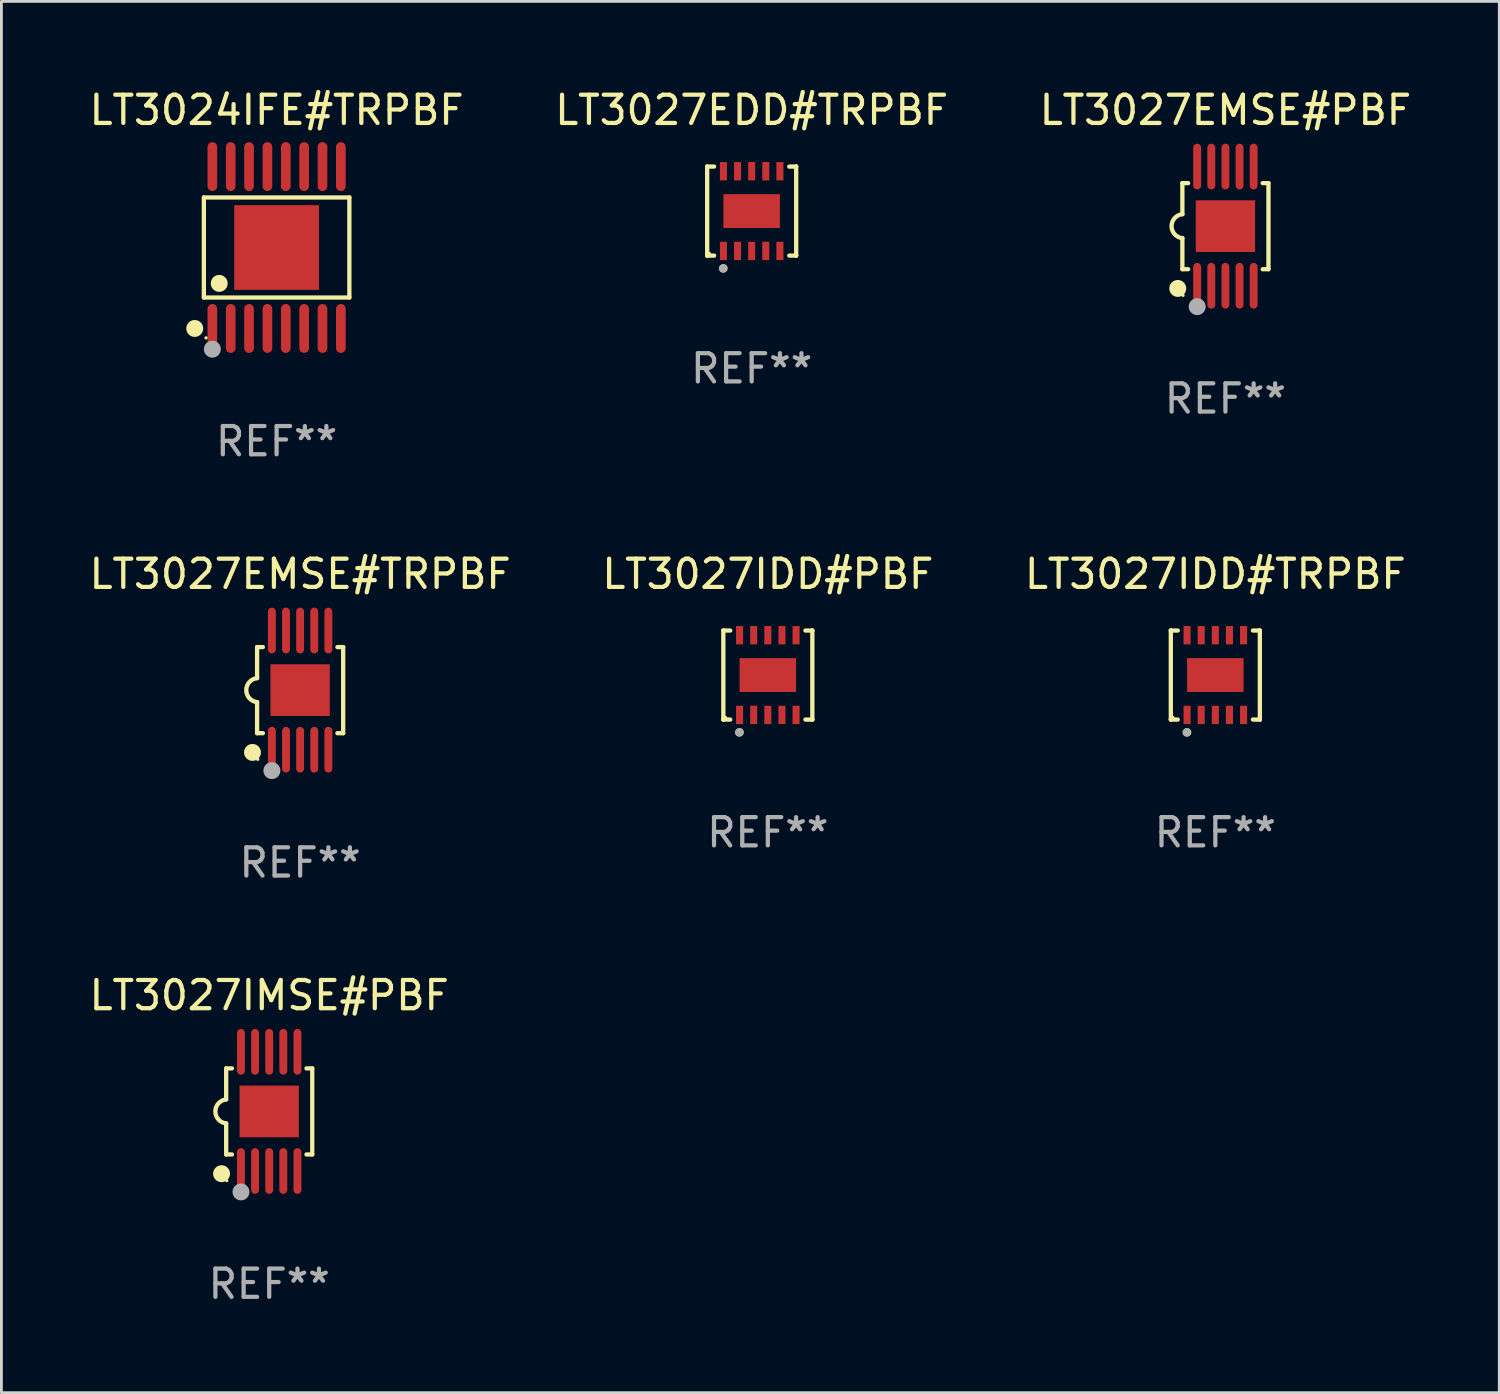
<source format=kicad_pcb>
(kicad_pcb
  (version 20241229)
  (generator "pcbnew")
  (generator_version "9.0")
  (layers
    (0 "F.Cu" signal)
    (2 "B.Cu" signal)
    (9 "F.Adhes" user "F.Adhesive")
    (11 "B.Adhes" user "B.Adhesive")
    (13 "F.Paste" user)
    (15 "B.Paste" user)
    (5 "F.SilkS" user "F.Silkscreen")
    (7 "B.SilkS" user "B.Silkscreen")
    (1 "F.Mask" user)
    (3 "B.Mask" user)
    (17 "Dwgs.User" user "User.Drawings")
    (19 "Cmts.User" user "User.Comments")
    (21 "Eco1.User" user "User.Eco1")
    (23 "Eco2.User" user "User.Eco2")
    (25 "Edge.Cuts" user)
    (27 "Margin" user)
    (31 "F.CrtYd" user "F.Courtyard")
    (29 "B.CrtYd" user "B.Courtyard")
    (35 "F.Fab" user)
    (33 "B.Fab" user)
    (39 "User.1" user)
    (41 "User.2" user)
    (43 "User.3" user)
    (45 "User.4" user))
  (footprint "LT3027IDD#TRPBF"
    (layer "F.Cu")
    (at 39.982 20.852)
    (property "Reference" "LT3027IDD#TRPBF" (at 0 -3.576 0) (layer "F.SilkS") (effects (font (size 1 1) (thickness 0.15))))
    (attr through_hole)
    (fp_line (start -1.576 -1.576) (end -1.576 -1.576) (stroke (width 0.152) (type solid)) (layer "F.SilkS"))
    (fp_line (start -1.576 -1.576) (end -1.331 -1.576) (stroke (width 0.152) (type solid)) (layer "F.SilkS"))
    (fp_line (start -1.576 1.576) (end -1.576 -1.576) (stroke (width 0.152) (type solid)) (layer "F.SilkS"))
    (fp_line (start -1.576 1.576) (end -1.576 1.576) (stroke (width 0.152) (type solid)) (layer "F.SilkS"))
    (fp_line (start -1.331 1.576) (end -1.576 1.576) (stroke (width 0.152) (type solid)) (layer "F.SilkS"))
    (fp_line (start 1.331 1.576) (end 1.576 1.576) (stroke (width 0.152) (type solid)) (layer "F.SilkS"))
    (fp_line (start 1.576 -1.576) (end 1.331 -1.576) (stroke (width 0.152) (type solid)) (layer "F.SilkS"))
    (fp_line (start 1.576 -1.576) (end 1.576 -1.576) (stroke (width 0.152) (type solid)) (layer "F.SilkS"))
    (fp_line (start 1.576 1.576) (end 1.576 -1.576) (stroke (width 0.152) (type solid)) (layer "F.SilkS"))
    (fp_line (start 1.576 1.576) (end 1.576 1.576) (stroke (width 0.152) (type solid)) (layer "F.SilkS"))
    (fp_circle (center -1.5 1.5) (end -1.47 1.5) (stroke (width 0.06) (type solid)) (fill no) (layer "F.SilkS"))
    (fp_circle (center -1 2.028) (end -0.925 2.028) (stroke (width 0.15) (type solid)) (fill no) (layer "F.SilkS"))
    (fp_circle (center -1.016 2.032) (end -0.941 2.032) (stroke (width 0.15) (type solid)) (fill no) (layer "F.Fab"))
    (fp_text user "REF**" (at 0 5.576 0) (layer "F.Fab") (effects (font (size 1 1) (thickness 0.15))))
    (pad "1" smd rect (at -1 1.411) (size 0.25 0.65) (layers "F.Cu" "F.Mask" "F.Paste"))
    (pad "2" smd rect (at -0.5 1.411) (size 0.25 0.65) (layers "F.Cu" "F.Mask" "F.Paste"))
    (pad "3" smd rect (at 0 1.411) (size 0.25 0.65) (layers "F.Cu" "F.Mask" "F.Paste"))
    (pad "4" smd rect (at 0.5 1.411) (size 0.25 0.65) (layers "F.Cu" "F.Mask" "F.Paste"))
    (pad "5" smd rect (at 1 1.411) (size 0.25 0.65) (layers "F.Cu" "F.Mask" "F.Paste"))
    (pad "6" smd rect (at 1 -1.411) (size 0.25 0.65) (layers "F.Cu" "F.Mask" "F.Paste"))
    (pad "7" smd rect (at 0.5 -1.411) (size 0.25 0.65) (layers "F.Cu" "F.Mask" "F.Paste"))
    (pad "8" smd rect (at 0 -1.411) (size 0.25 0.65) (layers "F.Cu" "F.Mask" "F.Paste"))
    (pad "9" smd rect (at -0.5 -1.411) (size 0.25 0.65) (layers "F.Cu" "F.Mask" "F.Paste"))
    (pad "10" smd rect (at -1 -1.411) (size 0.25 0.65) (layers "F.Cu" "F.Mask" "F.Paste"))
    (pad "11" smd rect (at 0 0) (size 2 1.2) (layers "F.Cu" "F.Mask" "F.Paste")))
  (footprint "LT3027EMSE#PBF"
    (layer "F.Cu")
    (at 40.339 4.958)
    (property "Reference" "LT3027EMSE#PBF" (at 0 -4.11 0) (layer "F.SilkS") (effects (font (size 1 1) (thickness 0.15))))
    (attr through_hole)
    (fp_line (start -1.524 -1.524) (end -1.524 -0.424) (stroke (width 0.152) (type solid)) (layer "F.SilkS"))
    (fp_line (start -1.524 1.524) (end -1.524 0.424) (stroke (width 0.152) (type solid)) (layer "F.SilkS"))
    (fp_line (start -1.524 1.524) (end -1.32 1.524) (stroke (width 0.152) (type solid)) (layer "F.SilkS"))
    (fp_line (start -1.32 -1.524) (end -1.524 -1.524) (stroke (width 0.152) (type solid)) (layer "F.SilkS"))
    (fp_line (start 1.32 1.524) (end 1.524 1.524) (stroke (width 0.152) (type solid)) (layer "F.SilkS"))
    (fp_line (start 1.524 -1.524) (end 1.32 -1.524) (stroke (width 0.152) (type solid)) (layer "F.SilkS"))
    (fp_line (start 1.524 1.524) (end 1.524 -1.524) (stroke (width 0.152) (type solid)) (layer "F.SilkS"))
    (fp_arc (start -1.524003 0.424003) (mid -1.906663 -0.000089) (end -1.524004 -0.424181) (stroke (width 0.151994) (type solid)) (layer "F.SilkS"))
    (fp_circle (center -1.687 2.205) (end -1.537 2.205) (stroke (width 0.3) (type solid)) (fill no) (layer "F.SilkS"))
    (fp_circle (center -1.5 2.45) (end -1.47 2.45) (stroke (width 0.06) (type solid)) (fill no) (layer "F.SilkS"))
    (fp_circle (center -1 2.85) (end -0.85 2.85) (stroke (width 0.3) (type solid)) (fill no) (layer "F.Fab"))
    (fp_text user "REF**" (at 0 6.11 0) (layer "F.Fab") (effects (font (size 1 1) (thickness 0.15))))
    (pad "1" smd oval (at -1 2.11) (size 0.28 1.62) (layers "F.Cu" "F.Mask" "F.Paste"))
    (pad "2" smd oval (at -0.5 2.11) (size 0.28 1.62) (layers "F.Cu" "F.Mask" "F.Paste"))
    (pad "3" smd oval (at 0 2.11) (size 0.28 1.62) (layers "F.Cu" "F.Mask" "F.Paste"))
    (pad "4" smd oval (at 0.5 2.11) (size 0.28 1.62) (layers "F.Cu" "F.Mask" "F.Paste"))
    (pad "5" smd oval (at 1 2.11) (size 0.28 1.62) (layers "F.Cu" "F.Mask" "F.Paste"))
    (pad "6" smd oval (at 1 -2.11) (size 0.28 1.62) (layers "F.Cu" "F.Mask" "F.Paste"))
    (pad "7" smd oval (at 0.5 -2.11) (size 0.28 1.62) (layers "F.Cu" "F.Mask" "F.Paste"))
    (pad "8" smd oval (at 0 -2.11) (size 0.28 1.62) (layers "F.Cu" "F.Mask" "F.Paste"))
    (pad "9" smd oval (at -0.5 -2.11) (size 0.28 1.62) (layers "F.Cu" "F.Mask" "F.Paste"))
    (pad "10" smd oval (at -1 -2.11) (size 0.28 1.62) (layers "F.Cu" "F.Mask" "F.Paste"))
    (pad "11" smd rect (at 0 0) (size 2.1 1.83) (layers "F.Cu" "F.Mask" "F.Paste")))
  (footprint "LT3024IFE#TRPBF"
    (layer "F.Cu")
    (at 6.744 5.714)
    (property "Reference" "LT3024IFE#TRPBF" (at 0 -4.866 0) (layer "F.SilkS") (effects (font (size 1 1) (thickness 0.15))))
    (attr through_hole)
    (fp_line (start -2.576 -1.772) (end 2.576 -1.772) (stroke (width 0.152) (type solid)) (layer "F.SilkS"))
    (fp_line (start -2.576 1.771) (end -2.576 -1.772) (stroke (width 0.152) (type solid)) (layer "F.SilkS"))
    (fp_line (start 2.576 -1.772) (end 2.576 1.771) (stroke (width 0.152) (type solid)) (layer "F.SilkS"))
    (fp_line (start 2.576 1.771) (end -2.576 1.771) (stroke (width 0.152) (type solid)) (layer "F.SilkS"))
    (fp_circle (center -2.899 2.866) (end -2.749 2.866) (stroke (width 0.3) (type solid)) (fill no) (layer "F.SilkS"))
    (fp_circle (center -2.5 3.2) (end -2.47 3.2) (stroke (width 0.06) (type solid)) (fill no) (layer "F.SilkS"))
    (fp_circle (center -2.032 1.27) (end -1.882 1.27) (stroke (width 0.3) (type solid)) (fill no) (layer "F.SilkS"))
    (fp_circle (center -2.275 3.6) (end -2.125 3.6) (stroke (width 0.3) (type solid)) (fill no) (layer "F.Fab"))
    (fp_text user "REF**" (at 0 6.866 0) (layer "F.Fab") (effects (font (size 1 1) (thickness 0.15))))
    (pad "1" smd oval (at -2.275 2.866) (size 0.343 1.731) (layers "F.Cu" "F.Mask" "F.Paste"))
    (pad "2" smd oval (at -1.625 2.866) (size 0.343 1.731) (layers "F.Cu" "F.Mask" "F.Paste"))
    (pad "3" smd oval (at -0.975 2.866) (size 0.343 1.731) (layers "F.Cu" "F.Mask" "F.Paste"))
    (pad "4" smd oval (at -0.325 2.866) (size 0.343 1.731) (layers "F.Cu" "F.Mask" "F.Paste"))
    (pad "5" smd oval (at 0.325 2.866) (size 0.343 1.731) (layers "F.Cu" "F.Mask" "F.Paste"))
    (pad "6" smd oval (at 0.975 2.866) (size 0.343 1.731) (layers "F.Cu" "F.Mask" "F.Paste"))
    (pad "7" smd oval (at 1.625 2.866) (size 0.343 1.731) (layers "F.Cu" "F.Mask" "F.Paste"))
    (pad "8" smd oval (at 2.275 2.866) (size 0.343 1.731) (layers "F.Cu" "F.Mask" "F.Paste"))
    (pad "9" smd oval (at 2.275 -2.866) (size 0.343 1.731) (layers "F.Cu" "F.Mask" "F.Paste"))
    (pad "10" smd oval (at 1.625 -2.866) (size 0.343 1.731) (layers "F.Cu" "F.Mask" "F.Paste"))
    (pad "11" smd oval (at 0.975 -2.866) (size 0.343 1.731) (layers "F.Cu" "F.Mask" "F.Paste"))
    (pad "12" smd oval (at 0.325 -2.866) (size 0.343 1.731) (layers "F.Cu" "F.Mask" "F.Paste"))
    (pad "13" smd oval (at -0.325 -2.866) (size 0.343 1.731) (layers "F.Cu" "F.Mask" "F.Paste"))
    (pad "14" smd oval (at -0.975 -2.866) (size 0.343 1.731) (layers "F.Cu" "F.Mask" "F.Paste"))
    (pad "15" smd oval (at -1.625 -2.866) (size 0.343 1.731) (layers "F.Cu" "F.Mask" "F.Paste"))
    (pad "16" smd oval (at -2.275 -2.866) (size 0.343 1.731) (layers "F.Cu" "F.Mask" "F.Paste"))
    (pad "17" smd rect (at 0 -0.000127) (size 3 3) (layers "F.Cu" "F.Mask" "F.Paste")))
  (footprint "LT3027EMSE#TRPBF"
    (layer "F.Cu")
    (at 7.577 21.386)
    (property "Reference" "LT3027EMSE#TRPBF" (at 0 -4.11 0) (layer "F.SilkS") (effects (font (size 1 1) (thickness 0.15))))
    (attr through_hole)
    (fp_line (start -1.524 -1.524) (end -1.524 -0.424) (stroke (width 0.152) (type solid)) (layer "F.SilkS"))
    (fp_line (start -1.524 1.524) (end -1.524 0.424) (stroke (width 0.152) (type solid)) (layer "F.SilkS"))
    (fp_line (start -1.524 1.524) (end -1.32 1.524) (stroke (width 0.152) (type solid)) (layer "F.SilkS"))
    (fp_line (start -1.32 -1.524) (end -1.524 -1.524) (stroke (width 0.152) (type solid)) (layer "F.SilkS"))
    (fp_line (start 1.32 1.524) (end 1.524 1.524) (stroke (width 0.152) (type solid)) (layer "F.SilkS"))
    (fp_line (start 1.524 -1.524) (end 1.32 -1.524) (stroke (width 0.152) (type solid)) (layer "F.SilkS"))
    (fp_line (start 1.524 1.524) (end 1.524 -1.524) (stroke (width 0.152) (type solid)) (layer "F.SilkS"))
    (fp_arc (start -1.524003 0.424003) (mid -1.906663 -0.000089) (end -1.524004 -0.424181) (stroke (width 0.151994) (type solid)) (layer "F.SilkS"))
    (fp_circle (center -1.687 2.205) (end -1.537 2.205) (stroke (width 0.3) (type solid)) (fill no) (layer "F.SilkS"))
    (fp_circle (center -1.5 2.45) (end -1.47 2.45) (stroke (width 0.06) (type solid)) (fill no) (layer "F.SilkS"))
    (fp_circle (center -1 2.85) (end -0.85 2.85) (stroke (width 0.3) (type solid)) (fill no) (layer "F.Fab"))
    (fp_text user "REF**" (at 0 6.11 0) (layer "F.Fab") (effects (font (size 1 1) (thickness 0.15))))
    (pad "1" smd oval (at -1 2.11) (size 0.28 1.62) (layers "F.Cu" "F.Mask" "F.Paste"))
    (pad "2" smd oval (at -0.5 2.11) (size 0.28 1.62) (layers "F.Cu" "F.Mask" "F.Paste"))
    (pad "3" smd oval (at 0 2.11) (size 0.28 1.62) (layers "F.Cu" "F.Mask" "F.Paste"))
    (pad "4" smd oval (at 0.5 2.11) (size 0.28 1.62) (layers "F.Cu" "F.Mask" "F.Paste"))
    (pad "5" smd oval (at 1 2.11) (size 0.28 1.62) (layers "F.Cu" "F.Mask" "F.Paste"))
    (pad "6" smd oval (at 1 -2.11) (size 0.28 1.62) (layers "F.Cu" "F.Mask" "F.Paste"))
    (pad "7" smd oval (at 0.5 -2.11) (size 0.28 1.62) (layers "F.Cu" "F.Mask" "F.Paste"))
    (pad "8" smd oval (at 0 -2.11) (size 0.28 1.62) (layers "F.Cu" "F.Mask" "F.Paste"))
    (pad "9" smd oval (at -0.5 -2.11) (size 0.28 1.62) (layers "F.Cu" "F.Mask" "F.Paste"))
    (pad "10" smd oval (at -1 -2.11) (size 0.28 1.62) (layers "F.Cu" "F.Mask" "F.Paste"))
    (pad "11" smd rect (at 0 0) (size 2.1 1.83) (layers "F.Cu" "F.Mask" "F.Paste")))
  (footprint "LT3027IDD#PBF"
    (layer "F.Cu")
    (at 24.137 20.852)
    (property "Reference" "LT3027IDD#PBF" (at 0 -3.576 0) (layer "F.SilkS") (effects (font (size 1 1) (thickness 0.15))))
    (attr through_hole)
    (fp_line (start -1.576 -1.576) (end -1.576 -1.576) (stroke (width 0.152) (type solid)) (layer "F.SilkS"))
    (fp_line (start -1.576 -1.576) (end -1.331 -1.576) (stroke (width 0.152) (type solid)) (layer "F.SilkS"))
    (fp_line (start -1.576 1.576) (end -1.576 -1.576) (stroke (width 0.152) (type solid)) (layer "F.SilkS"))
    (fp_line (start -1.576 1.576) (end -1.576 1.576) (stroke (width 0.152) (type solid)) (layer "F.SilkS"))
    (fp_line (start -1.331 1.576) (end -1.576 1.576) (stroke (width 0.152) (type solid)) (layer "F.SilkS"))
    (fp_line (start 1.331 1.576) (end 1.576 1.576) (stroke (width 0.152) (type solid)) (layer "F.SilkS"))
    (fp_line (start 1.576 -1.576) (end 1.331 -1.576) (stroke (width 0.152) (type solid)) (layer "F.SilkS"))
    (fp_line (start 1.576 -1.576) (end 1.576 -1.576) (stroke (width 0.152) (type solid)) (layer "F.SilkS"))
    (fp_line (start 1.576 1.576) (end 1.576 -1.576) (stroke (width 0.152) (type solid)) (layer "F.SilkS"))
    (fp_line (start 1.576 1.576) (end 1.576 1.576) (stroke (width 0.152) (type solid)) (layer "F.SilkS"))
    (fp_circle (center -1.5 1.5) (end -1.47 1.5) (stroke (width 0.06) (type solid)) (fill no) (layer "F.SilkS"))
    (fp_circle (center -1 2.028) (end -0.925 2.028) (stroke (width 0.15) (type solid)) (fill no) (layer "F.SilkS"))
    (fp_circle (center -1.016 2.032) (end -0.941 2.032) (stroke (width 0.15) (type solid)) (fill no) (layer "F.Fab"))
    (fp_text user "REF**" (at 0 5.576 0) (layer "F.Fab") (effects (font (size 1 1) (thickness 0.15))))
    (pad "1" smd rect (at -1 1.411) (size 0.25 0.65) (layers "F.Cu" "F.Mask" "F.Paste"))
    (pad "2" smd rect (at -0.5 1.411) (size 0.25 0.65) (layers "F.Cu" "F.Mask" "F.Paste"))
    (pad "3" smd rect (at 0 1.411) (size 0.25 0.65) (layers "F.Cu" "F.Mask" "F.Paste"))
    (pad "4" smd rect (at 0.5 1.411) (size 0.25 0.65) (layers "F.Cu" "F.Mask" "F.Paste"))
    (pad "5" smd rect (at 1 1.411) (size 0.25 0.65) (layers "F.Cu" "F.Mask" "F.Paste"))
    (pad "6" smd rect (at 1 -1.411) (size 0.25 0.65) (layers "F.Cu" "F.Mask" "F.Paste"))
    (pad "7" smd rect (at 0.5 -1.411) (size 0.25 0.65) (layers "F.Cu" "F.Mask" "F.Paste"))
    (pad "8" smd rect (at 0 -1.411) (size 0.25 0.65) (layers "F.Cu" "F.Mask" "F.Paste"))
    (pad "9" smd rect (at -0.5 -1.411) (size 0.25 0.65) (layers "F.Cu" "F.Mask" "F.Paste"))
    (pad "10" smd rect (at -1 -1.411) (size 0.25 0.65) (layers "F.Cu" "F.Mask" "F.Paste"))
    (pad "11" smd rect (at 0 0) (size 2 1.2) (layers "F.Cu" "F.Mask" "F.Paste")))
  (footprint "LT3027EDD#TRPBF"
    (layer "F.Cu")
    (at 23.565 4.424)
    (property "Reference" "LT3027EDD#TRPBF" (at 0 -3.576 0) (layer "F.SilkS") (effects (font (size 1 1) (thickness 0.15))))
    (attr through_hole)
    (fp_line (start -1.576 -1.576) (end -1.576 -1.576) (stroke (width 0.152) (type solid)) (layer "F.SilkS"))
    (fp_line (start -1.576 -1.576) (end -1.331 -1.576) (stroke (width 0.152) (type solid)) (layer "F.SilkS"))
    (fp_line (start -1.576 1.576) (end -1.576 -1.576) (stroke (width 0.152) (type solid)) (layer "F.SilkS"))
    (fp_line (start -1.576 1.576) (end -1.576 1.576) (stroke (width 0.152) (type solid)) (layer "F.SilkS"))
    (fp_line (start -1.331 1.576) (end -1.576 1.576) (stroke (width 0.152) (type solid)) (layer "F.SilkS"))
    (fp_line (start 1.331 1.576) (end 1.576 1.576) (stroke (width 0.152) (type solid)) (layer "F.SilkS"))
    (fp_line (start 1.576 -1.576) (end 1.331 -1.576) (stroke (width 0.152) (type solid)) (layer "F.SilkS"))
    (fp_line (start 1.576 -1.576) (end 1.576 -1.576) (stroke (width 0.152) (type solid)) (layer "F.SilkS"))
    (fp_line (start 1.576 1.576) (end 1.576 -1.576) (stroke (width 0.152) (type solid)) (layer "F.SilkS"))
    (fp_line (start 1.576 1.576) (end 1.576 1.576) (stroke (width 0.152) (type solid)) (layer "F.SilkS"))
    (fp_circle (center -1.5 1.5) (end -1.47 1.5) (stroke (width 0.06) (type solid)) (fill no) (layer "F.SilkS"))
    (fp_circle (center -1 2.028) (end -0.925 2.028) (stroke (width 0.15) (type solid)) (fill no) (layer "F.SilkS"))
    (fp_circle (center -1.016 2.032) (end -0.941 2.032) (stroke (width 0.15) (type solid)) (fill no) (layer "F.Fab"))
    (fp_text user "REF**" (at 0 5.576 0) (layer "F.Fab") (effects (font (size 1 1) (thickness 0.15))))
    (pad "1" smd rect (at -1 1.411) (size 0.25 0.65) (layers "F.Cu" "F.Mask" "F.Paste"))
    (pad "2" smd rect (at -0.5 1.411) (size 0.25 0.65) (layers "F.Cu" "F.Mask" "F.Paste"))
    (pad "3" smd rect (at 0 1.411) (size 0.25 0.65) (layers "F.Cu" "F.Mask" "F.Paste"))
    (pad "4" smd rect (at 0.5 1.411) (size 0.25 0.65) (layers "F.Cu" "F.Mask" "F.Paste"))
    (pad "5" smd rect (at 1 1.411) (size 0.25 0.65) (layers "F.Cu" "F.Mask" "F.Paste"))
    (pad "6" smd rect (at 1 -1.411) (size 0.25 0.65) (layers "F.Cu" "F.Mask" "F.Paste"))
    (pad "7" smd rect (at 0.5 -1.411) (size 0.25 0.65) (layers "F.Cu" "F.Mask" "F.Paste"))
    (pad "8" smd rect (at 0 -1.411) (size 0.25 0.65) (layers "F.Cu" "F.Mask" "F.Paste"))
    (pad "9" smd rect (at -0.5 -1.411) (size 0.25 0.65) (layers "F.Cu" "F.Mask" "F.Paste"))
    (pad "10" smd rect (at -1 -1.411) (size 0.25 0.65) (layers "F.Cu" "F.Mask" "F.Paste"))
    (pad "11" smd rect (at 0 0) (size 2 1.2) (layers "F.Cu" "F.Mask" "F.Paste")))
  (footprint "LT3027IMSE#PBF"
    (layer "F.Cu")
    (at 6.482 36.303)
    (property "Reference" "LT3027IMSE#PBF" (at 0 -4.11 0) (layer "F.SilkS") (effects (font (size 1 1) (thickness 0.15))))
    (attr through_hole)
    (fp_line (start -1.524 -1.524) (end -1.524 -0.424) (stroke (width 0.152) (type solid)) (layer "F.SilkS"))
    (fp_line (start -1.524 1.524) (end -1.524 0.424) (stroke (width 0.152) (type solid)) (layer "F.SilkS"))
    (fp_line (start -1.524 1.524) (end -1.32 1.524) (stroke (width 0.152) (type solid)) (layer "F.SilkS"))
    (fp_line (start -1.32 -1.524) (end -1.524 -1.524) (stroke (width 0.152) (type solid)) (layer "F.SilkS"))
    (fp_line (start 1.32 1.524) (end 1.524 1.524) (stroke (width 0.152) (type solid)) (layer "F.SilkS"))
    (fp_line (start 1.524 -1.524) (end 1.32 -1.524) (stroke (width 0.152) (type solid)) (layer "F.SilkS"))
    (fp_line (start 1.524 1.524) (end 1.524 -1.524) (stroke (width 0.152) (type solid)) (layer "F.SilkS"))
    (fp_arc (start -1.524003 0.424003) (mid -1.906663 -0.000089) (end -1.524004 -0.424181) (stroke (width 0.151994) (type solid)) (layer "F.SilkS"))
    (fp_circle (center -1.687 2.205) (end -1.537 2.205) (stroke (width 0.3) (type solid)) (fill no) (layer "F.SilkS"))
    (fp_circle (center -1.5 2.45) (end -1.47 2.45) (stroke (width 0.06) (type solid)) (fill no) (layer "F.SilkS"))
    (fp_circle (center -1 2.85) (end -0.85 2.85) (stroke (width 0.3) (type solid)) (fill no) (layer "F.Fab"))
    (fp_text user "REF**" (at 0 6.11 0) (layer "F.Fab") (effects (font (size 1 1) (thickness 0.15))))
    (pad "1" smd oval (at -1 2.11) (size 0.28 1.62) (layers "F.Cu" "F.Mask" "F.Paste"))
    (pad "2" smd oval (at -0.5 2.11) (size 0.28 1.62) (layers "F.Cu" "F.Mask" "F.Paste"))
    (pad "3" smd oval (at 0 2.11) (size 0.28 1.62) (layers "F.Cu" "F.Mask" "F.Paste"))
    (pad "4" smd oval (at 0.5 2.11) (size 0.28 1.62) (layers "F.Cu" "F.Mask" "F.Paste"))
    (pad "5" smd oval (at 1 2.11) (size 0.28 1.62) (layers "F.Cu" "F.Mask" "F.Paste"))
    (pad "6" smd oval (at 1 -2.11) (size 0.28 1.62) (layers "F.Cu" "F.Mask" "F.Paste"))
    (pad "7" smd oval (at 0.5 -2.11) (size 0.28 1.62) (layers "F.Cu" "F.Mask" "F.Paste"))
    (pad "8" smd oval (at 0 -2.11) (size 0.28 1.62) (layers "F.Cu" "F.Mask" "F.Paste"))
    (pad "9" smd oval (at -0.5 -2.11) (size 0.28 1.62) (layers "F.Cu" "F.Mask" "F.Paste"))
    (pad "10" smd oval (at -1 -2.11) (size 0.28 1.62) (layers "F.Cu" "F.Mask" "F.Paste"))
    (pad "11" smd rect (at 0 0) (size 2.1 1.83) (layers "F.Cu" "F.Mask" "F.Paste")))
  (gr_rect
    (start -3 -3)
    (end 50.036 46.261)
    (stroke (width 0.1) (type default))
    (fill no)
    (layer "Edge.Cuts")))
</source>
